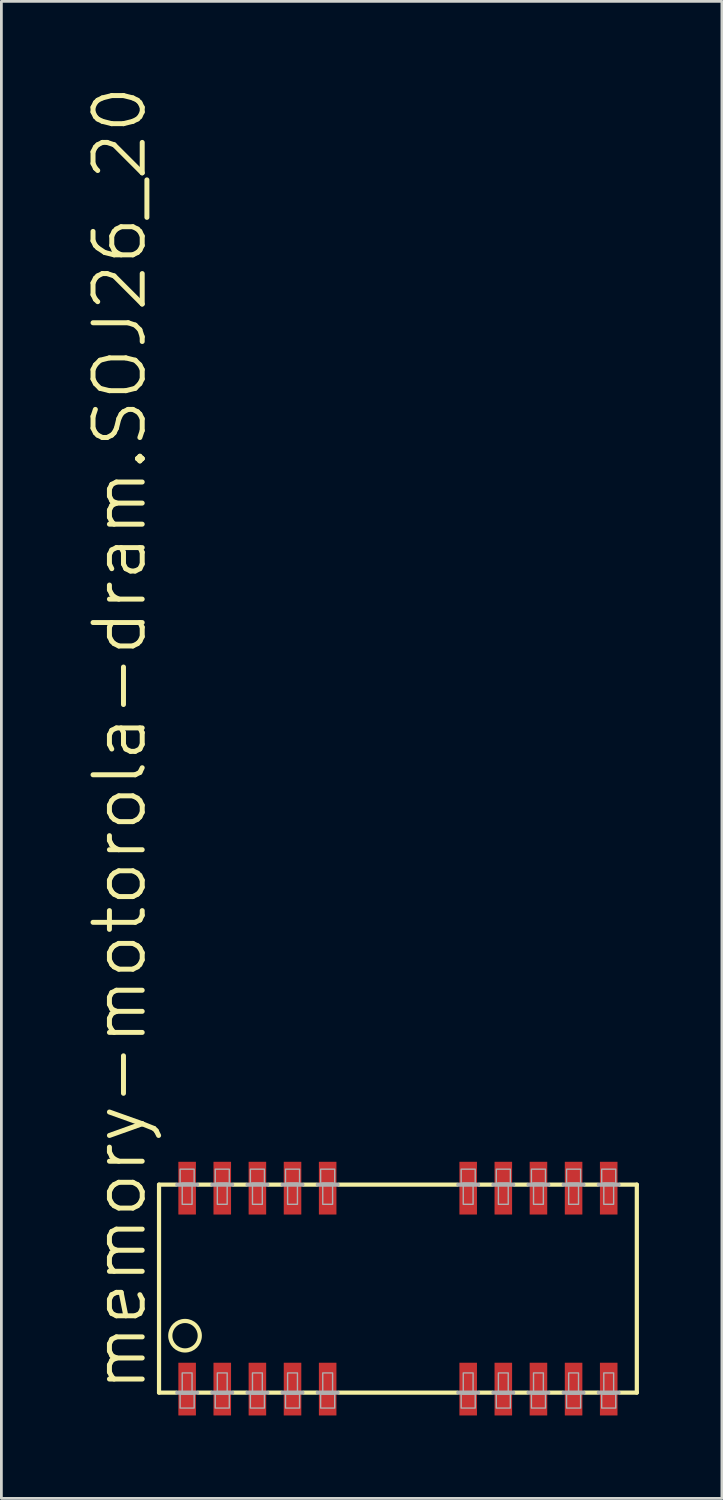
<source format=kicad_pcb>
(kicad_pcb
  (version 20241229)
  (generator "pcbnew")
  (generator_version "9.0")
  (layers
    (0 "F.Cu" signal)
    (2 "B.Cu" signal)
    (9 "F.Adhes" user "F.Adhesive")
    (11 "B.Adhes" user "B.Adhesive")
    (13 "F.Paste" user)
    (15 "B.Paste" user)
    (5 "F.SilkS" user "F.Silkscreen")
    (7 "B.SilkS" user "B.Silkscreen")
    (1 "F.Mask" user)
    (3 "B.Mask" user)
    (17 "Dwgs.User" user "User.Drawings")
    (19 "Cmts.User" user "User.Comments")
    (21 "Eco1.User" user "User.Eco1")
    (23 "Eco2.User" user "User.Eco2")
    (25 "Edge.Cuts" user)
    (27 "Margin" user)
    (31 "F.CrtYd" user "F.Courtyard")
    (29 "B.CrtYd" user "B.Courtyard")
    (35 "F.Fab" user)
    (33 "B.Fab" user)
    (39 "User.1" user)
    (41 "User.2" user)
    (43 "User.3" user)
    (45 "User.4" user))
  (footprint "memory-motorola-dram.SOJ26_20"
    (layer "F.Cu")
    (at 11.335 43.534)
    (property "Reference" "memory-motorola-dram.SOJ26_20" (at -9.017 3.81 90) (layer "F.SilkS") (effects (font (size 1.778 1.778) (thickness 0.18)) (justify left bottom)))
    (attr smd)
    (fp_line (start -8.636 -3.759) (end -8.636 3.759) (stroke (width 0.152) (type default)) (layer "F.SilkS"))
    (fp_line (start -8.636 -3.759) (end -8.026 -3.759) (stroke (width 0.152) (type default)) (layer "F.SilkS"))
    (fp_line (start -8.636 3.759) (end -8.026 3.759) (stroke (width 0.152) (type default)) (layer "F.SilkS"))
    (fp_line (start -7.214 -3.759) (end -6.756 -3.759) (stroke (width 0.152) (type default)) (layer "F.SilkS"))
    (fp_line (start -6.756 3.759) (end -7.214 3.759) (stroke (width 0.152) (type default)) (layer "F.SilkS"))
    (fp_line (start -5.944 -3.759) (end -5.486 -3.759) (stroke (width 0.152) (type default)) (layer "F.SilkS"))
    (fp_line (start -5.486 3.759) (end -5.944 3.759) (stroke (width 0.152) (type default)) (layer "F.SilkS"))
    (fp_line (start -4.674 -3.759) (end -4.216 -3.759) (stroke (width 0.152) (type default)) (layer "F.SilkS"))
    (fp_line (start -4.216 3.759) (end -4.674 3.759) (stroke (width 0.152) (type default)) (layer "F.SilkS"))
    (fp_line (start -3.404 -3.759) (end -2.946 -3.759) (stroke (width 0.152) (type default)) (layer "F.SilkS"))
    (fp_line (start -2.946 3.759) (end -3.404 3.759) (stroke (width 0.152) (type default)) (layer "F.SilkS"))
    (fp_line (start -2.134 -3.759) (end 2.134 -3.759) (stroke (width 0.152) (type default)) (layer "F.SilkS"))
    (fp_line (start 2.134 3.759) (end -2.134 3.759) (stroke (width 0.152) (type default)) (layer "F.SilkS"))
    (fp_line (start 2.946 -3.759) (end 3.404 -3.759) (stroke (width 0.152) (type default)) (layer "F.SilkS"))
    (fp_line (start 3.404 3.759) (end 2.946 3.759) (stroke (width 0.152) (type default)) (layer "F.SilkS"))
    (fp_line (start 4.216 -3.759) (end 4.674 -3.759) (stroke (width 0.152) (type default)) (layer "F.SilkS"))
    (fp_line (start 4.674 3.759) (end 4.216 3.759) (stroke (width 0.152) (type default)) (layer "F.SilkS"))
    (fp_line (start 5.486 -3.759) (end 5.944 -3.759) (stroke (width 0.152) (type default)) (layer "F.SilkS"))
    (fp_line (start 5.944 3.759) (end 5.486 3.759) (stroke (width 0.152) (type default)) (layer "F.SilkS"))
    (fp_line (start 6.756 -3.759) (end 7.214 -3.759) (stroke (width 0.152) (type default)) (layer "F.SilkS"))
    (fp_line (start 7.214 3.759) (end 6.756 3.759) (stroke (width 0.152) (type default)) (layer "F.SilkS"))
    (fp_line (start 8.636 -3.759) (end 8.026 -3.759) (stroke (width 0.152) (type default)) (layer "F.SilkS"))
    (fp_line (start 8.636 3.759) (end 8.026 3.759) (stroke (width 0.152) (type default)) (layer "F.SilkS"))
    (fp_line (start 8.636 3.759) (end 8.636 -3.759) (stroke (width 0.152) (type default)) (layer "F.SilkS"))
    (fp_circle (center -7.696 1.702) (end -7.163 1.702) (stroke (width 0.152) (type default)) (fill no) (layer "F.SilkS"))
    (fp_line (start -7.976 -3.759) (end -7.264 -3.759) (stroke (width 0.152) (type default)) (layer "F.Fab"))
    (fp_line (start -7.976 3.759) (end -7.264 3.759) (stroke (width 0.152) (type default)) (layer "F.Fab"))
    (fp_line (start -6.706 -3.759) (end -5.994 -3.759) (stroke (width 0.152) (type default)) (layer "F.Fab"))
    (fp_line (start -5.994 3.759) (end -6.706 3.759) (stroke (width 0.152) (type default)) (layer "F.Fab"))
    (fp_line (start -5.436 -3.759) (end -4.724 -3.759) (stroke (width 0.152) (type default)) (layer "F.Fab"))
    (fp_line (start -4.724 3.759) (end -5.436 3.759) (stroke (width 0.152) (type default)) (layer "F.Fab"))
    (fp_line (start -4.166 -3.759) (end -3.454 -3.759) (stroke (width 0.152) (type default)) (layer "F.Fab"))
    (fp_line (start -3.454 3.759) (end -4.166 3.759) (stroke (width 0.152) (type default)) (layer "F.Fab"))
    (fp_line (start -2.896 -3.759) (end -2.184 -3.759) (stroke (width 0.152) (type default)) (layer "F.Fab"))
    (fp_line (start -2.184 3.759) (end -2.896 3.759) (stroke (width 0.152) (type default)) (layer "F.Fab"))
    (fp_line (start 2.184 -3.759) (end 2.896 -3.759) (stroke (width 0.152) (type default)) (layer "F.Fab"))
    (fp_line (start 2.896 3.759) (end 2.184 3.759) (stroke (width 0.152) (type default)) (layer "F.Fab"))
    (fp_line (start 3.454 -3.759) (end 4.166 -3.759) (stroke (width 0.152) (type default)) (layer "F.Fab"))
    (fp_line (start 4.166 3.759) (end 3.454 3.759) (stroke (width 0.152) (type default)) (layer "F.Fab"))
    (fp_line (start 4.724 -3.759) (end 5.436 -3.759) (stroke (width 0.152) (type default)) (layer "F.Fab"))
    (fp_line (start 5.436 3.759) (end 4.724 3.759) (stroke (width 0.152) (type default)) (layer "F.Fab"))
    (fp_line (start 5.994 -3.759) (end 6.706 -3.759) (stroke (width 0.152) (type default)) (layer "F.Fab"))
    (fp_line (start 6.706 3.759) (end 5.994 3.759) (stroke (width 0.152) (type default)) (layer "F.Fab"))
    (fp_line (start 7.976 -3.759) (end 7.264 -3.759) (stroke (width 0.152) (type default)) (layer "F.Fab"))
    (fp_line (start 7.976 3.759) (end 7.264 3.759) (stroke (width 0.152) (type default)) (layer "F.Fab"))
    (fp_rect (start -7.874 -3.81) (end -7.366 -4.318) (stroke (width 0.05) (type default)) (fill no) (layer "F.Fab"))
    (fp_rect (start -7.874 4.318) (end -7.366 3.81) (stroke (width 0.05) (type default)) (fill no) (layer "F.Fab"))
    (fp_rect (start -7.798 -3.048) (end -7.442 -3.81) (stroke (width 0.05) (type default)) (fill no) (layer "F.Fab"))
    (fp_rect (start -7.798 3.81) (end -7.442 3.048) (stroke (width 0.05) (type default)) (fill no) (layer "F.Fab"))
    (fp_rect (start -6.604 -3.81) (end -6.096 -4.318) (stroke (width 0.05) (type default)) (fill no) (layer "F.Fab"))
    (fp_rect (start -6.604 4.318) (end -6.096 3.81) (stroke (width 0.05) (type default)) (fill no) (layer "F.Fab"))
    (fp_rect (start -6.528 -3.048) (end -6.172 -3.81) (stroke (width 0.05) (type default)) (fill no) (layer "F.Fab"))
    (fp_rect (start -6.528 3.81) (end -6.172 3.048) (stroke (width 0.05) (type default)) (fill no) (layer "F.Fab"))
    (fp_rect (start -5.334 -3.81) (end -4.826 -4.318) (stroke (width 0.05) (type default)) (fill no) (layer "F.Fab"))
    (fp_rect (start -5.334 4.318) (end -4.826 3.81) (stroke (width 0.05) (type default)) (fill no) (layer "F.Fab"))
    (fp_rect (start -5.258 -3.048) (end -4.902 -3.81) (stroke (width 0.05) (type default)) (fill no) (layer "F.Fab"))
    (fp_rect (start -5.258 3.81) (end -4.902 3.048) (stroke (width 0.05) (type default)) (fill no) (layer "F.Fab"))
    (fp_rect (start -4.064 -3.81) (end -3.556 -4.318) (stroke (width 0.05) (type default)) (fill no) (layer "F.Fab"))
    (fp_rect (start -4.064 4.318) (end -3.556 3.81) (stroke (width 0.05) (type default)) (fill no) (layer "F.Fab"))
    (fp_rect (start -3.988 -3.048) (end -3.632 -3.81) (stroke (width 0.05) (type default)) (fill no) (layer "F.Fab"))
    (fp_rect (start -3.988 3.81) (end -3.632 3.048) (stroke (width 0.05) (type default)) (fill no) (layer "F.Fab"))
    (fp_rect (start -2.794 -3.81) (end -2.286 -4.318) (stroke (width 0.05) (type default)) (fill no) (layer "F.Fab"))
    (fp_rect (start -2.794 4.318) (end -2.286 3.81) (stroke (width 0.05) (type default)) (fill no) (layer "F.Fab"))
    (fp_rect (start -2.718 -3.048) (end -2.362 -3.81) (stroke (width 0.05) (type default)) (fill no) (layer "F.Fab"))
    (fp_rect (start -2.718 3.81) (end -2.362 3.048) (stroke (width 0.05) (type default)) (fill no) (layer "F.Fab"))
    (fp_rect (start 2.286 -3.81) (end 2.794 -4.318) (stroke (width 0.05) (type default)) (fill no) (layer "F.Fab"))
    (fp_rect (start 2.286 4.318) (end 2.794 3.81) (stroke (width 0.05) (type default)) (fill no) (layer "F.Fab"))
    (fp_rect (start 2.362 -3.048) (end 2.718 -3.81) (stroke (width 0.05) (type default)) (fill no) (layer "F.Fab"))
    (fp_rect (start 2.362 3.81) (end 2.718 3.048) (stroke (width 0.05) (type default)) (fill no) (layer "F.Fab"))
    (fp_rect (start 3.556 -3.81) (end 4.064 -4.318) (stroke (width 0.05) (type default)) (fill no) (layer "F.Fab"))
    (fp_rect (start 3.556 4.318) (end 4.064 3.81) (stroke (width 0.05) (type default)) (fill no) (layer "F.Fab"))
    (fp_rect (start 3.632 -3.048) (end 3.988 -3.81) (stroke (width 0.05) (type default)) (fill no) (layer "F.Fab"))
    (fp_rect (start 3.632 3.81) (end 3.988 3.048) (stroke (width 0.05) (type default)) (fill no) (layer "F.Fab"))
    (fp_rect (start 4.826 -3.81) (end 5.334 -4.318) (stroke (width 0.05) (type default)) (fill no) (layer "F.Fab"))
    (fp_rect (start 4.826 4.318) (end 5.334 3.81) (stroke (width 0.05) (type default)) (fill no) (layer "F.Fab"))
    (fp_rect (start 4.902 -3.048) (end 5.258 -3.81) (stroke (width 0.05) (type default)) (fill no) (layer "F.Fab"))
    (fp_rect (start 4.902 3.81) (end 5.258 3.048) (stroke (width 0.05) (type default)) (fill no) (layer "F.Fab"))
    (fp_rect (start 6.096 -3.81) (end 6.604 -4.318) (stroke (width 0.05) (type default)) (fill no) (layer "F.Fab"))
    (fp_rect (start 6.096 4.318) (end 6.604 3.81) (stroke (width 0.05) (type default)) (fill no) (layer "F.Fab"))
    (fp_rect (start 6.172 -3.048) (end 6.528 -3.81) (stroke (width 0.05) (type default)) (fill no) (layer "F.Fab"))
    (fp_rect (start 6.172 3.81) (end 6.528 3.048) (stroke (width 0.05) (type default)) (fill no) (layer "F.Fab"))
    (fp_rect (start 7.366 -3.81) (end 7.874 -4.318) (stroke (width 0.05) (type default)) (fill no) (layer "F.Fab"))
    (fp_rect (start 7.366 4.318) (end 7.874 3.81) (stroke (width 0.05) (type default)) (fill no) (layer "F.Fab"))
    (fp_rect (start 7.442 -3.048) (end 7.798 -3.81) (stroke (width 0.05) (type default)) (fill no) (layer "F.Fab"))
    (fp_rect (start 7.442 3.81) (end 7.798 3.048) (stroke (width 0.05) (type default)) (fill no) (layer "F.Fab"))
    (pad "1" smd roundrect (at -7.62 3.632) (size 0.635 1.905) (layers "F.Cu" "F.Mask" "F.Paste") (roundrect_rratio 0.01))
    (pad "2" smd roundrect (at -6.35 3.632) (size 0.635 1.905) (layers "F.Cu" "F.Mask" "F.Paste") (roundrect_rratio 0.01))
    (pad "3" smd roundrect (at -5.08 3.632) (size 0.635 1.905) (layers "F.Cu" "F.Mask" "F.Paste") (roundrect_rratio 0.01))
    (pad "4" smd roundrect (at -3.81 3.632) (size 0.635 1.905) (layers "F.Cu" "F.Mask" "F.Paste") (roundrect_rratio 0.01))
    (pad "5" smd roundrect (at -2.54 3.632) (size 0.635 1.905) (layers "F.Cu" "F.Mask" "F.Paste") (roundrect_rratio 0.01))
    (pad "9" smd roundrect (at 2.54 3.632) (size 0.635 1.905) (layers "F.Cu" "F.Mask" "F.Paste") (roundrect_rratio 0.01))
    (pad "10" smd roundrect (at 3.81 3.632) (size 0.635 1.905) (layers "F.Cu" "F.Mask" "F.Paste") (roundrect_rratio 0.01))
    (pad "11" smd roundrect (at 5.08 3.632) (size 0.635 1.905) (layers "F.Cu" "F.Mask" "F.Paste") (roundrect_rratio 0.01))
    (pad "12" smd roundrect (at 6.35 3.632) (size 0.635 1.905) (layers "F.Cu" "F.Mask" "F.Paste") (roundrect_rratio 0.01))
    (pad "13" smd roundrect (at 7.62 3.632) (size 0.635 1.905) (layers "F.Cu" "F.Mask" "F.Paste") (roundrect_rratio 0.01))
    (pad "14" smd roundrect (at 7.62 -3.632) (size 0.635 1.905) (layers "F.Cu" "F.Mask" "F.Paste") (roundrect_rratio 0.01))
    (pad "15" smd roundrect (at 6.35 -3.632) (size 0.635 1.905) (layers "F.Cu" "F.Mask" "F.Paste") (roundrect_rratio 0.01))
    (pad "16" smd roundrect (at 5.08 -3.632) (size 0.635 1.905) (layers "F.Cu" "F.Mask" "F.Paste") (roundrect_rratio 0.01))
    (pad "17" smd roundrect (at 3.81 -3.632) (size 0.635 1.905) (layers "F.Cu" "F.Mask" "F.Paste") (roundrect_rratio 0.01))
    (pad "18" smd roundrect (at 2.54 -3.632) (size 0.635 1.905) (layers "F.Cu" "F.Mask" "F.Paste") (roundrect_rratio 0.01))
    (pad "22" smd roundrect (at -2.54 -3.632) (size 0.635 1.905) (layers "F.Cu" "F.Mask" "F.Paste") (roundrect_rratio 0.01))
    (pad "23" smd roundrect (at -3.81 -3.632) (size 0.635 1.905) (layers "F.Cu" "F.Mask" "F.Paste") (roundrect_rratio 0.01))
    (pad "24" smd roundrect (at -5.08 -3.632) (size 0.635 1.905) (layers "F.Cu" "F.Mask" "F.Paste") (roundrect_rratio 0.01))
    (pad "25" smd roundrect (at -6.35 -3.632) (size 0.635 1.905) (layers "F.Cu" "F.Mask" "F.Paste") (roundrect_rratio 0.01))
    (pad "26" smd roundrect (at -7.62 -3.632) (size 0.635 1.905) (layers "F.Cu" "F.Mask" "F.Paste") (roundrect_rratio 0.01)))
  (gr_rect
    (start -3 -3)
    (end 23.047 51.118)
    (stroke (width 0.1) (type default))
    (fill no)
    (layer "Edge.Cuts")))
</source>
